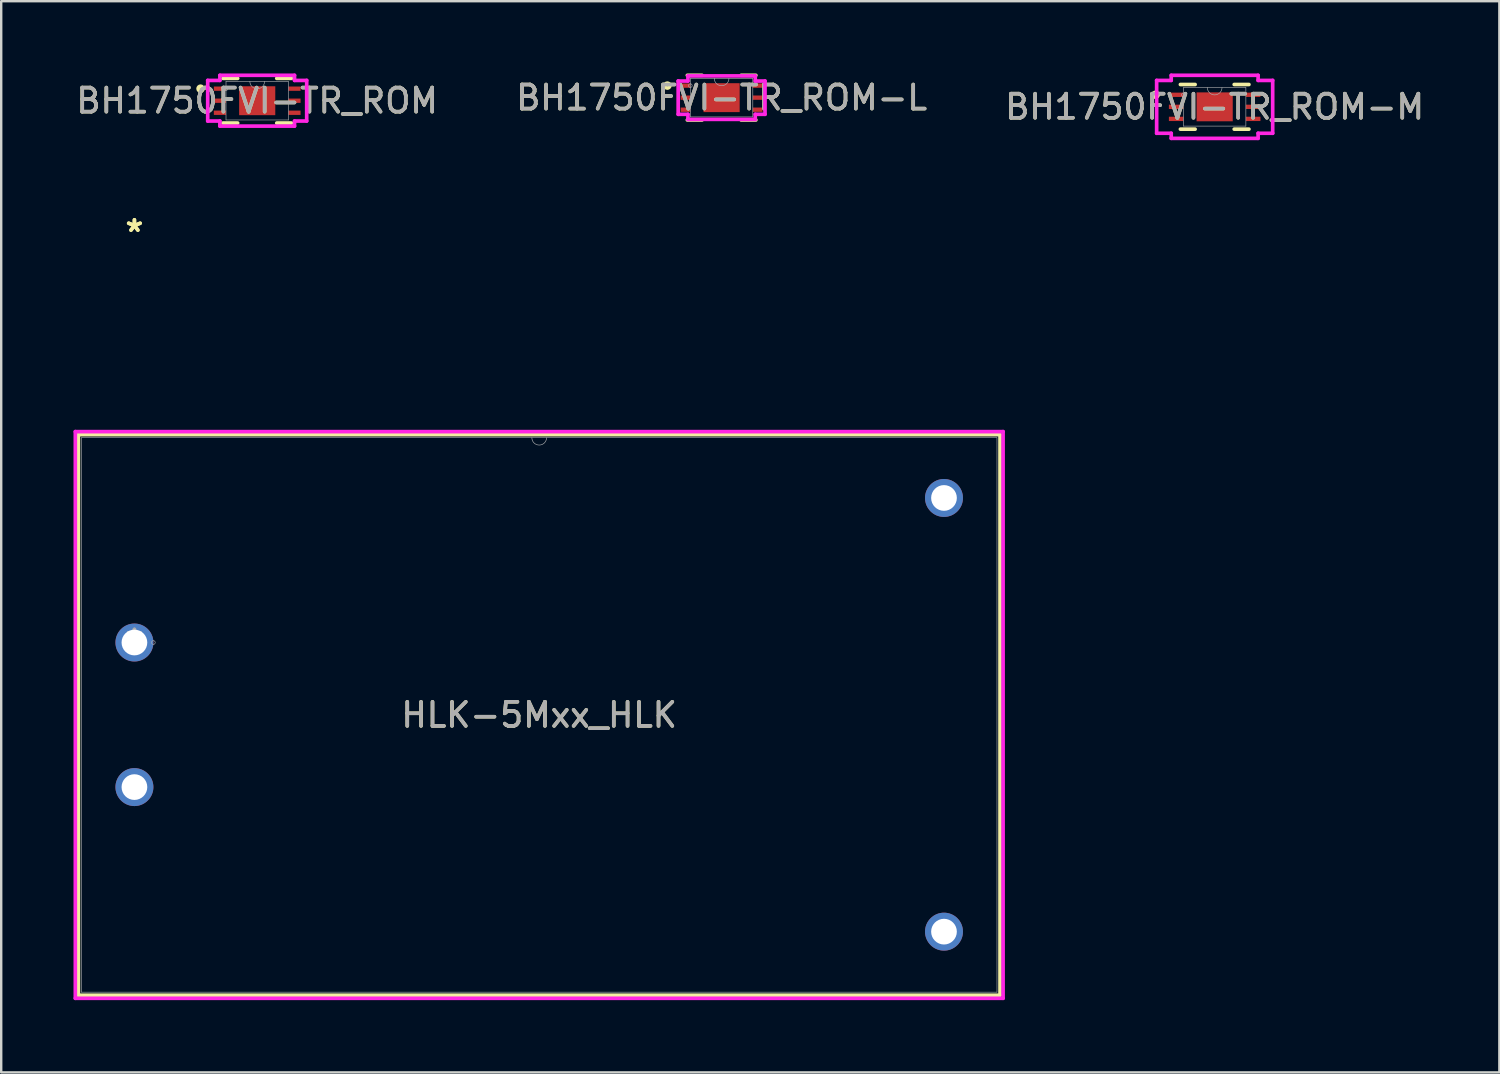
<source format=kicad_pcb>
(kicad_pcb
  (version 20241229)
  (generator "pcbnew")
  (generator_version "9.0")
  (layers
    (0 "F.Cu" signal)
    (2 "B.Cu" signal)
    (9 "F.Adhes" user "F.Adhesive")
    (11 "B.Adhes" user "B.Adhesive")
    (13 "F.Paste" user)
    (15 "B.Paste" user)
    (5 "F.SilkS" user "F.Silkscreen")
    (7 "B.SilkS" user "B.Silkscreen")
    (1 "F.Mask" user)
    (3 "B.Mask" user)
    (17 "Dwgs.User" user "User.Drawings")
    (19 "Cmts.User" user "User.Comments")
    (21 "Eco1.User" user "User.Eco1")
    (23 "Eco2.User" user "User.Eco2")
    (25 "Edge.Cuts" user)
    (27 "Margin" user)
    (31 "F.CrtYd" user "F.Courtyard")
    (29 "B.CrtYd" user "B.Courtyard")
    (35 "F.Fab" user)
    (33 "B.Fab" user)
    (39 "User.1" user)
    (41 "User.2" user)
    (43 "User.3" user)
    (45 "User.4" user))
  (footprint "BH1750FVI-TR_ROM-L"
    (layer "F.Cu")
    (at 26.899 1.003)
    (property "Reference" "BH1750FVI-TR_ROM-L" (at 0 0 0) (unlocked yes) (layer "F.SilkS") (effects (font (size 1 1) (thickness 0.15))))
    (attr smd)
    (fp_line (start -1.422 0.927) (end -0.811 0.927) (stroke (width 0.152) (type solid)) (layer "F.SilkS"))
    (fp_line (start -0.811 -0.927) (end -1.422 -0.927) (stroke (width 0.152) (type solid)) (layer "F.SilkS"))
    (fp_line (start 0.811 0.927) (end 1.422 0.927) (stroke (width 0.152) (type solid)) (layer "F.SilkS"))
    (fp_line (start 1.422 -0.927) (end 0.811 -0.927) (stroke (width 0.152) (type solid)) (layer "F.SilkS"))
    (fp_circle (center -2.251 -0.5) (end -2.149 -0.5) (stroke (width 0.152) (type solid)) (fill no) (layer "F.SilkS"))
    (fp_line (start -1.802 -0.691) (end -1.397 -0.691) (stroke (width 0.152) (type solid)) (layer "F.CrtYd"))
    (fp_line (start -1.802 0.691) (end -1.802 -0.691) (stroke (width 0.152) (type solid)) (layer "F.CrtYd"))
    (fp_line (start -1.802 0.691) (end -1.397 0.691) (stroke (width 0.152) (type solid)) (layer "F.CrtYd"))
    (fp_line (start -1.397 -0.902) (end 1.397 -0.902) (stroke (width 0.152) (type solid)) (layer "F.CrtYd"))
    (fp_line (start -1.397 -0.691) (end -1.397 -0.902) (stroke (width 0.152) (type solid)) (layer "F.CrtYd"))
    (fp_line (start -1.397 0.902) (end -1.397 0.691) (stroke (width 0.152) (type solid)) (layer "F.CrtYd"))
    (fp_line (start 1.397 -0.902) (end 1.397 -0.691) (stroke (width 0.152) (type solid)) (layer "F.CrtYd"))
    (fp_line (start 1.397 0.691) (end 1.397 0.902) (stroke (width 0.152) (type solid)) (layer "F.CrtYd"))
    (fp_line (start 1.397 0.902) (end -1.397 0.902) (stroke (width 0.152) (type solid)) (layer "F.CrtYd"))
    (fp_line (start 1.802 -0.691) (end 1.397 -0.691) (stroke (width 0.152) (type solid)) (layer "F.CrtYd"))
    (fp_line (start 1.802 -0.691) (end 1.802 0.691) (stroke (width 0.152) (type solid)) (layer "F.CrtYd"))
    (fp_line (start 1.802 0.691) (end 1.397 0.691) (stroke (width 0.152) (type solid)) (layer "F.CrtYd"))
    (fp_line (start -1.295 -0.8) (end -1.295 0.8) (stroke (width 0.025) (type solid)) (layer "F.Fab"))
    (fp_line (start -1.295 0.8) (end 1.295 0.8) (stroke (width 0.025) (type solid)) (layer "F.Fab"))
    (fp_line (start 1.295 -0.8) (end -1.295 -0.8) (stroke (width 0.025) (type solid)) (layer "F.Fab"))
    (fp_line (start 1.295 0.8) (end 1.295 -0.8) (stroke (width 0.025) (type solid)) (layer "F.Fab"))
    (fp_arc (start 0.3048 -0.8001) (mid 0 -0.4953) (end -0.3048 -0.8001) (stroke (width 0.0254) (type solid)) (layer "F.Fab"))
    (fp_circle (center -1.297 -0.5) (end -1.221 -0.5) (stroke (width 0.025) (type solid)) (fill no) (layer "F.Fab"))
    (fp_text user "${REFERENCE}" (at 0 0 0) (unlocked yes) (layer "F.Fab") (effects (font (size 1 1) (thickness 0.15))))
    (pad "1" smd rect (at -1.498 -0.5) (size 0.403 0.179) (layers "F.Cu" "F.Mask" "F.Paste"))
    (pad "2" smd rect (at -1.498 0) (size 0.403 0.179) (layers "F.Cu" "F.Mask" "F.Paste"))
    (pad "3" smd rect (at -1.498 0.5) (size 0.403 0.179) (layers "F.Cu" "F.Mask" "F.Paste"))
    (pad "4" smd rect (at 1.498 0.5) (size 0.403 0.179) (layers "F.Cu" "F.Mask" "F.Paste"))
    (pad "5" smd rect (at 1.498 0) (size 0.403 0.179) (layers "F.Cu" "F.Mask" "F.Paste"))
    (pad "6" smd rect (at 1.498 -0.5) (size 0.403 0.179) (layers "F.Cu" "F.Mask" "F.Paste"))
    (pad "7" smd rect (at 0 0) (size 1.5 1.2) (layers "F.Cu" "F.Mask" "F.Paste")))
  (footprint "BH1750FVI-TR_ROM"
    (layer "F.Cu")
    (at 7.625 1.13)
    (property "Reference" "BH1750FVI-TR_ROM" (at 0 0 0) (unlocked yes) (layer "F.SilkS") (effects (font (size 1 1) (thickness 0.15))))
    (attr smd)
    (fp_line (start -1.422 0.927) (end -0.811 0.927) (stroke (width 0.152) (type solid)) (layer "F.SilkS"))
    (fp_line (start -0.811 -0.927) (end -1.422 -0.927) (stroke (width 0.152) (type solid)) (layer "F.SilkS"))
    (fp_line (start 0.811 0.927) (end 1.422 0.927) (stroke (width 0.152) (type solid)) (layer "F.SilkS"))
    (fp_line (start 1.422 -0.927) (end 0.811 -0.927) (stroke (width 0.152) (type solid)) (layer "F.SilkS"))
    (fp_circle (center -2.351 -0.5) (end -2.249 -0.5) (stroke (width 0.152) (type solid)) (fill no) (layer "F.SilkS"))
    (fp_line (start -2.054 -0.843) (end -1.549 -0.843) (stroke (width 0.152) (type solid)) (layer "F.CrtYd"))
    (fp_line (start -2.054 0.843) (end -2.054 -0.843) (stroke (width 0.152) (type solid)) (layer "F.CrtYd"))
    (fp_line (start -2.054 0.843) (end -1.549 0.843) (stroke (width 0.152) (type solid)) (layer "F.CrtYd"))
    (fp_line (start -1.549 -1.054) (end 1.549 -1.054) (stroke (width 0.152) (type solid)) (layer "F.CrtYd"))
    (fp_line (start -1.549 -0.843) (end -1.549 -1.054) (stroke (width 0.152) (type solid)) (layer "F.CrtYd"))
    (fp_line (start -1.549 1.054) (end -1.549 0.843) (stroke (width 0.152) (type solid)) (layer "F.CrtYd"))
    (fp_line (start 1.549 -1.054) (end 1.549 -0.843) (stroke (width 0.152) (type solid)) (layer "F.CrtYd"))
    (fp_line (start 1.549 0.843) (end 1.549 1.054) (stroke (width 0.152) (type solid)) (layer "F.CrtYd"))
    (fp_line (start 1.549 1.054) (end -1.549 1.054) (stroke (width 0.152) (type solid)) (layer "F.CrtYd"))
    (fp_line (start 2.054 -0.843) (end 1.549 -0.843) (stroke (width 0.152) (type solid)) (layer "F.CrtYd"))
    (fp_line (start 2.054 -0.843) (end 2.054 0.843) (stroke (width 0.152) (type solid)) (layer "F.CrtYd"))
    (fp_line (start 2.054 0.843) (end 1.549 0.843) (stroke (width 0.152) (type solid)) (layer "F.CrtYd"))
    (fp_line (start -1.295 -0.8) (end -1.295 0.8) (stroke (width 0.025) (type solid)) (layer "F.Fab"))
    (fp_line (start -1.295 0.8) (end 1.295 0.8) (stroke (width 0.025) (type solid)) (layer "F.Fab"))
    (fp_line (start 1.295 -0.8) (end -1.295 -0.8) (stroke (width 0.025) (type solid)) (layer "F.Fab"))
    (fp_line (start 1.295 0.8) (end 1.295 -0.8) (stroke (width 0.025) (type solid)) (layer "F.Fab"))
    (fp_arc (start 0.3048 -0.8001) (mid 0 -0.4953) (end -0.3048 -0.8001) (stroke (width 0.0254) (type solid)) (layer "F.Fab"))
    (fp_circle (center -1.297 -0.5) (end -1.221 -0.5) (stroke (width 0.025) (type solid)) (fill no) (layer "F.Fab"))
    (fp_text user "${REFERENCE}" (at 0 0 0) (unlocked yes) (layer "F.Fab") (effects (font (size 1 1) (thickness 0.15))))
    (pad "1" smd rect (at -1.548 -0.5) (size 0.503 0.179) (layers "F.Cu" "F.Mask" "F.Paste"))
    (pad "2" smd rect (at -1.548 0) (size 0.503 0.179) (layers "F.Cu" "F.Mask" "F.Paste"))
    (pad "3" smd rect (at -1.548 0.5) (size 0.503 0.179) (layers "F.Cu" "F.Mask" "F.Paste"))
    (pad "4" smd rect (at 1.548 0.5) (size 0.503 0.179) (layers "F.Cu" "F.Mask" "F.Paste"))
    (pad "5" smd rect (at 1.548 0) (size 0.503 0.179) (layers "F.Cu" "F.Mask" "F.Paste"))
    (pad "6" smd rect (at 1.548 -0.5) (size 0.503 0.179) (layers "F.Cu" "F.Mask" "F.Paste"))
    (pad "7" smd rect (at 0 0) (size 1.5 1.2) (layers "F.Cu" "F.Mask" "F.Paste")))
  (footprint "BH1750FVI-TR_ROM-M"
    (layer "F.Cu")
    (at 47.363 1.384)
    (property "Reference" "BH1750FVI-TR_ROM-M" (at 0 0 0) (unlocked yes) (layer "F.SilkS") (effects (font (size 1 1) (thickness 0.15))))
    (attr smd)
    (fp_line (start -1.422 0.927) (end -0.811 0.927) (stroke (width 0.152) (type solid)) (layer "F.SilkS"))
    (fp_line (start -0.811 -0.927) (end -1.422 -0.927) (stroke (width 0.152) (type solid)) (layer "F.SilkS"))
    (fp_line (start 0.811 0.927) (end 1.422 0.927) (stroke (width 0.152) (type solid)) (layer "F.SilkS"))
    (fp_line (start 1.422 -0.927) (end 0.811 -0.927) (stroke (width 0.152) (type solid)) (layer "F.SilkS"))
    (fp_circle (center -2.451 -0.5) (end -2.349 -0.5) (stroke (width 0.152) (type solid)) (fill no) (layer "F.SilkS"))
    (fp_line (start -2.408 -1.097) (end -1.803 -1.097) (stroke (width 0.152) (type solid)) (layer "F.CrtYd"))
    (fp_line (start -2.408 1.097) (end -2.408 -1.097) (stroke (width 0.152) (type solid)) (layer "F.CrtYd"))
    (fp_line (start -2.408 1.097) (end -1.803 1.097) (stroke (width 0.152) (type solid)) (layer "F.CrtYd"))
    (fp_line (start -1.803 -1.308) (end 1.803 -1.308) (stroke (width 0.152) (type solid)) (layer "F.CrtYd"))
    (fp_line (start -1.803 -1.097) (end -1.803 -1.308) (stroke (width 0.152) (type solid)) (layer "F.CrtYd"))
    (fp_line (start -1.803 1.308) (end -1.803 1.097) (stroke (width 0.152) (type solid)) (layer "F.CrtYd"))
    (fp_line (start 1.803 -1.308) (end 1.803 -1.097) (stroke (width 0.152) (type solid)) (layer "F.CrtYd"))
    (fp_line (start 1.803 1.097) (end 1.803 1.308) (stroke (width 0.152) (type solid)) (layer "F.CrtYd"))
    (fp_line (start 1.803 1.308) (end -1.803 1.308) (stroke (width 0.152) (type solid)) (layer "F.CrtYd"))
    (fp_line (start 2.408 -1.097) (end 1.803 -1.097) (stroke (width 0.152) (type solid)) (layer "F.CrtYd"))
    (fp_line (start 2.408 -1.097) (end 2.408 1.097) (stroke (width 0.152) (type solid)) (layer "F.CrtYd"))
    (fp_line (start 2.408 1.097) (end 1.803 1.097) (stroke (width 0.152) (type solid)) (layer "F.CrtYd"))
    (fp_line (start -1.295 -0.8) (end -1.295 0.8) (stroke (width 0.025) (type solid)) (layer "F.Fab"))
    (fp_line (start -1.295 0.8) (end 1.295 0.8) (stroke (width 0.025) (type solid)) (layer "F.Fab"))
    (fp_line (start 1.295 -0.8) (end -1.295 -0.8) (stroke (width 0.025) (type solid)) (layer "F.Fab"))
    (fp_line (start 1.295 0.8) (end 1.295 -0.8) (stroke (width 0.025) (type solid)) (layer "F.Fab"))
    (fp_arc (start 0.3048 -0.8001) (mid 0 -0.4953) (end -0.3048 -0.8001) (stroke (width 0.0254) (type solid)) (layer "F.Fab"))
    (fp_circle (center -1.297 -0.5) (end -1.221 -0.5) (stroke (width 0.025) (type solid)) (fill no) (layer "F.Fab"))
    (fp_text user "${REFERENCE}" (at 0 0 0) (unlocked yes) (layer "F.Fab") (effects (font (size 1 1) (thickness 0.15))))
    (pad "1" smd rect (at -1.598 -0.5) (size 0.603 0.179) (layers "F.Cu" "F.Mask" "F.Paste"))
    (pad "2" smd rect (at -1.598 0) (size 0.603 0.179) (layers "F.Cu" "F.Mask" "F.Paste"))
    (pad "3" smd rect (at -1.598 0.5) (size 0.603 0.179) (layers "F.Cu" "F.Mask" "F.Paste"))
    (pad "4" smd rect (at 1.598 0.5) (size 0.603 0.179) (layers "F.Cu" "F.Mask" "F.Paste"))
    (pad "5" smd rect (at 1.598 0) (size 0.603 0.179) (layers "F.Cu" "F.Mask" "F.Paste"))
    (pad "6" smd rect (at 1.598 -0.5) (size 0.603 0.179) (layers "F.Cu" "F.Mask" "F.Paste"))
    (pad "7" smd rect (at 0 0) (size 1.5 1.2) (layers "F.Cu" "F.Mask" "F.Paste")))
  (footprint "HLK-5Mxx_HLK"
    (layer "F.Cu")
    (at 2.529 23.617)
    (property "Reference" "HLK-5Mxx_HLK" (at 16.8 3.006 0) (unlocked yes) (layer "F.SilkS") (effects (font (size 1 1) (thickness 0.15))))
    (attr through_hole)
    (fp_line (start -2.326 -8.627) (end -2.326 14.639) (stroke (width 0.152) (type solid)) (layer "F.SilkS"))
    (fp_line (start -2.326 14.639) (end 35.926 14.639) (stroke (width 0.152) (type solid)) (layer "F.SilkS"))
    (fp_line (start 35.926 -8.627) (end -2.326 -8.627) (stroke (width 0.152) (type solid)) (layer "F.SilkS"))
    (fp_line (start 35.926 14.639) (end 35.926 -8.627) (stroke (width 0.152) (type solid)) (layer "F.SilkS"))
    (fp_line (start -2.453 -8.754) (end 36.053 -8.754) (stroke (width 0.152) (type solid)) (layer "F.CrtYd"))
    (fp_line (start -2.453 14.766) (end -2.453 -8.754) (stroke (width 0.152) (type solid)) (layer "F.CrtYd"))
    (fp_line (start 36.053 -8.754) (end 36.053 14.766) (stroke (width 0.152) (type solid)) (layer "F.CrtYd"))
    (fp_line (start 36.053 14.766) (end -2.453 14.766) (stroke (width 0.152) (type solid)) (layer "F.CrtYd"))
    (fp_line (start -2.199 -8.5) (end -2.199 14.512) (stroke (width 0.025) (type solid)) (layer "F.Fab"))
    (fp_line (start -2.199 14.512) (end 35.799 14.512) (stroke (width 0.025) (type solid)) (layer "F.Fab"))
    (fp_line (start 35.799 -8.5) (end -2.199 -8.5) (stroke (width 0.025) (type solid)) (layer "F.Fab"))
    (fp_line (start 35.799 14.512) (end 35.799 -8.5) (stroke (width 0.025) (type solid)) (layer "F.Fab"))
    (fp_arc (start 17.104804 -8.500001) (mid 16.800004 -8.195201) (end 16.495204 -8.500001) (stroke (width 0.0254) (type solid)) (layer "F.Fab"))
    (fp_circle (center 0.787 0) (end 0.864 0) (stroke (width 0.025) (type solid)) (fill no) (layer "F.Fab"))
    (fp_text user "*" (at 0 -17 0) (layer "F.SilkS") (effects (font (size 1 1) (thickness 0.15))))
    (fp_text user "*" (at 0 -17 0) (unlocked yes) (layer "F.SilkS") (effects (font (size 1 1) (thickness 0.15))))
    (fp_text user "${REFERENCE}" (at 16.8 3.006 0) (unlocked yes) (layer "F.Fab") (effects (font (size 1 1) (thickness 0.15))))
    (fp_text user "*" (at 0 0 0) (layer "F.Fab") (effects (font (size 1 1) (thickness 0.15))))
    (fp_text user "*" (at 0 0 0) (unlocked yes) (layer "F.Fab") (effects (font (size 1 1) (thickness 0.15))))
    (pad "1" thru_hole circle (at 0 0) (size 1.575 1.575) (drill 1.067) (layers "*.Cu" "*.Mask"))
    (pad "2" thru_hole circle (at 0 6) (size 1.575 1.575) (drill 1.067) (layers "*.Cu" "*.Mask"))
    (pad "3" thru_hole circle (at 33.6 -6) (size 1.575 1.575) (drill 1.067) (layers "*.Cu" "*.Mask"))
    (pad "4" thru_hole circle (at 33.6 12) (size 1.575 1.575) (drill 1.067) (layers "*.Cu" "*.Mask")))
  (gr_rect
    (start -3 -3)
    (end 59.179 41.459)
    (stroke (width 0.1) (type default))
    (fill no)
    (layer "Edge.Cuts")))
</source>
